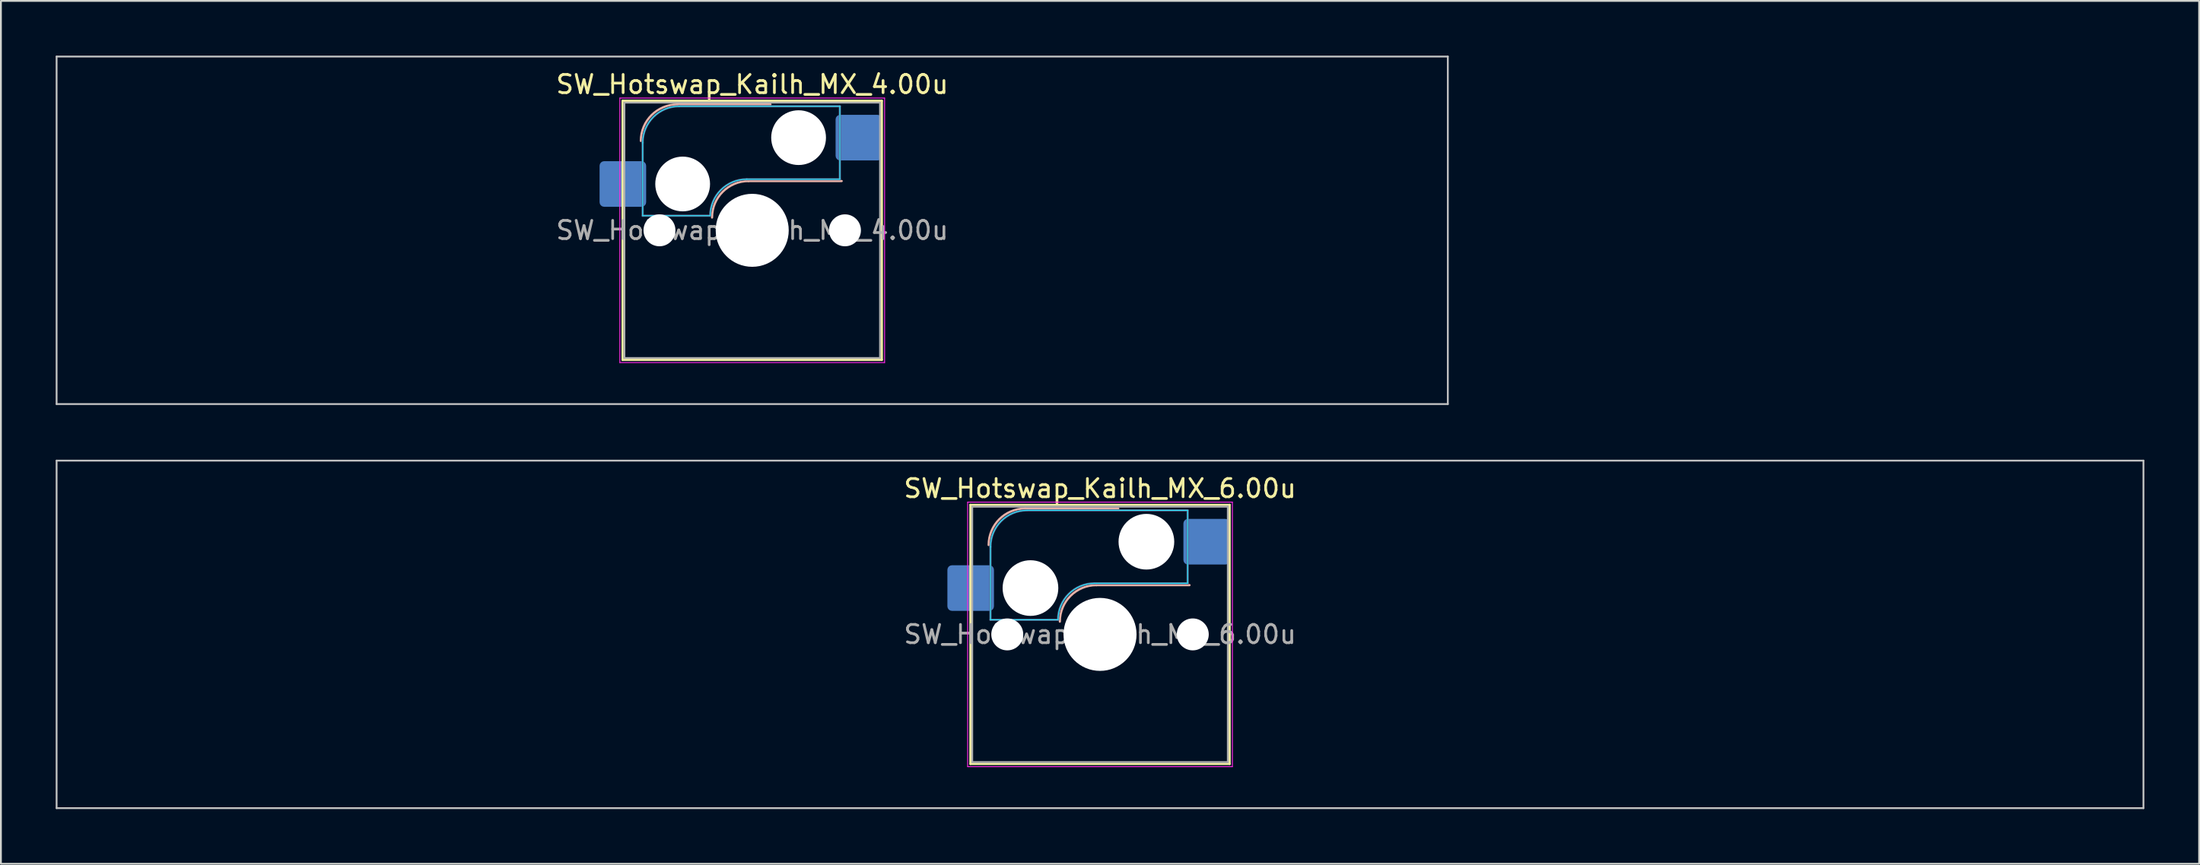
<source format=kicad_pcb>
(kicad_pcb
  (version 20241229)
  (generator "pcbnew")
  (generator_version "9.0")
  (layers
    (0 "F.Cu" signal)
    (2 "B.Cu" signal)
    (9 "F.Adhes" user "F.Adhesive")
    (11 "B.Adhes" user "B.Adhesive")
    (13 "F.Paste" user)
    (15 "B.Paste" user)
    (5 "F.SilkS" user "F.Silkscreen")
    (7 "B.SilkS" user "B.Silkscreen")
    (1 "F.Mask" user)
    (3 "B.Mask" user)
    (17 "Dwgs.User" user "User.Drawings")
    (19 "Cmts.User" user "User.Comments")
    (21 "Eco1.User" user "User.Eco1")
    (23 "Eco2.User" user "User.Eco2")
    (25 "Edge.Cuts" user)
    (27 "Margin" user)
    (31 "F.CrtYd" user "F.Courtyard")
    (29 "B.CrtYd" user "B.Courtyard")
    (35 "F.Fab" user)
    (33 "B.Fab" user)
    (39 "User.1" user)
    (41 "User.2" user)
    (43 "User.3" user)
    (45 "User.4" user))
  (footprint "SW_Hotswap_Kailh_MX_6.00u"
    (layer "F.Cu")
    (at 57.2 31.725)
    (property "Reference" "SW_Hotswap_Kailh_MX_6.00u" (at 0 -8 0) (layer "F.SilkS") (effects (font (size 1 1) (thickness 0.15))))
    (attr smd)
    (fp_line (start -7.1 -7.1) (end -7.1 7.1) (stroke (width 0.12) (type solid)) (layer "F.SilkS"))
    (fp_line (start -7.1 7.1) (end 7.1 7.1) (stroke (width 0.12) (type solid)) (layer "F.SilkS"))
    (fp_line (start 7.1 -7.1) (end -7.1 -7.1) (stroke (width 0.12) (type solid)) (layer "F.SilkS"))
    (fp_line (start 7.1 7.1) (end 7.1 -7.1) (stroke (width 0.12) (type solid)) (layer "F.SilkS"))
    (fp_line (start -4.1 -6.9) (end 1 -6.9) (stroke (width 0.12) (type solid)) (layer "B.SilkS"))
    (fp_line (start -0.2 -2.7) (end 4.9 -2.7) (stroke (width 0.12) (type solid)) (layer "B.SilkS"))
    (fp_arc (start -6.1 -4.9) (mid -5.514214 -6.314214) (end -4.1 -6.9) (stroke (width 0.12) (type solid)) (layer "B.SilkS"))
    (fp_arc (start -2.2 -0.7) (mid -1.614214 -2.114214) (end -0.2 -2.7) (stroke (width 0.12) (type solid)) (layer "B.SilkS"))
    (fp_line (start -57.15 -9.525) (end -57.15 9.525) (stroke (width 0.1) (type solid)) (layer "Dwgs.User"))
    (fp_line (start -57.15 9.525) (end 57.15 9.525) (stroke (width 0.1) (type solid)) (layer "Dwgs.User"))
    (fp_line (start 57.15 -9.525) (end -57.15 -9.525) (stroke (width 0.1) (type solid)) (layer "Dwgs.User"))
    (fp_line (start 57.15 9.525) (end 57.15 -9.525) (stroke (width 0.1) (type solid)) (layer "Dwgs.User"))
    (fp_line (start -7.8 -6) (end -7 -6) (stroke (width 0.1) (type solid)) (layer "Eco1.User"))
    (fp_line (start -7.8 -2.9) (end -7.8 -6) (stroke (width 0.1) (type solid)) (layer "Eco1.User"))
    (fp_line (start -7.8 2.9) (end -7 2.9) (stroke (width 0.1) (type solid)) (layer "Eco1.User"))
    (fp_line (start -7.8 6) (end -7.8 2.9) (stroke (width 0.1) (type solid)) (layer "Eco1.User"))
    (fp_line (start -7 -7) (end 7 -7) (stroke (width 0.1) (type solid)) (layer "Eco1.User"))
    (fp_line (start -7 -6) (end -7 -7) (stroke (width 0.1) (type solid)) (layer "Eco1.User"))
    (fp_line (start -7 -2.9) (end -7.8 -2.9) (stroke (width 0.1) (type solid)) (layer "Eco1.User"))
    (fp_line (start -7 2.9) (end -7 -2.9) (stroke (width 0.1) (type solid)) (layer "Eco1.User"))
    (fp_line (start -7 6) (end -7.8 6) (stroke (width 0.1) (type solid)) (layer "Eco1.User"))
    (fp_line (start -7 7) (end -7 6) (stroke (width 0.1) (type solid)) (layer "Eco1.User"))
    (fp_line (start 7 -7) (end 7 -6) (stroke (width 0.1) (type solid)) (layer "Eco1.User"))
    (fp_line (start 7 -6) (end 7.8 -6) (stroke (width 0.1) (type solid)) (layer "Eco1.User"))
    (fp_line (start 7 -2.9) (end 7 2.9) (stroke (width 0.1) (type solid)) (layer "Eco1.User"))
    (fp_line (start 7 2.9) (end 7.8 2.9) (stroke (width 0.1) (type solid)) (layer "Eco1.User"))
    (fp_line (start 7 6) (end 7 7) (stroke (width 0.1) (type solid)) (layer "Eco1.User"))
    (fp_line (start 7 7) (end -7 7) (stroke (width 0.1) (type solid)) (layer "Eco1.User"))
    (fp_line (start 7.8 -6) (end 7.8 -2.9) (stroke (width 0.1) (type solid)) (layer "Eco1.User"))
    (fp_line (start 7.8 -2.9) (end 7 -2.9) (stroke (width 0.1) (type solid)) (layer "Eco1.User"))
    (fp_line (start 7.8 2.9) (end 7.8 6) (stroke (width 0.1) (type solid)) (layer "Eco1.User"))
    (fp_line (start 7.8 6) (end 7 6) (stroke (width 0.1) (type solid)) (layer "Eco1.User"))
    (fp_line (start -6 -0.8) (end -6 -4.8) (stroke (width 0.05) (type solid)) (layer "B.CrtYd"))
    (fp_line (start -6 -0.8) (end -2.3 -0.8) (stroke (width 0.05) (type solid)) (layer "B.CrtYd"))
    (fp_line (start -4 -6.8) (end 4.8 -6.8) (stroke (width 0.05) (type solid)) (layer "B.CrtYd"))
    (fp_line (start -0.3 -2.8) (end 4.8 -2.8) (stroke (width 0.05) (type solid)) (layer "B.CrtYd"))
    (fp_line (start 4.8 -6.8) (end 4.8 -2.8) (stroke (width 0.05) (type solid)) (layer "B.CrtYd"))
    (fp_arc (start -6 -4.8) (mid -5.414214 -6.214214) (end -4 -6.8) (stroke (width 0.05) (type solid)) (layer "B.CrtYd"))
    (fp_arc (start -2.3 -0.8) (mid -1.714214 -2.214214) (end -0.3 -2.8) (stroke (width 0.05) (type solid)) (layer "B.CrtYd"))
    (fp_line (start -7.25 -7.25) (end -7.25 7.25) (stroke (width 0.05) (type solid)) (layer "F.CrtYd"))
    (fp_line (start -7.25 7.25) (end 7.25 7.25) (stroke (width 0.05) (type solid)) (layer "F.CrtYd"))
    (fp_line (start 7.25 -7.25) (end -7.25 -7.25) (stroke (width 0.05) (type solid)) (layer "F.CrtYd"))
    (fp_line (start 7.25 7.25) (end 7.25 -7.25) (stroke (width 0.05) (type solid)) (layer "F.CrtYd"))
    (fp_line (start -6 -0.8) (end -6 -4.8) (stroke (width 0.12) (type solid)) (layer "B.Fab"))
    (fp_line (start -6 -0.8) (end -2.3 -0.8) (stroke (width 0.12) (type solid)) (layer "B.Fab"))
    (fp_line (start -4 -6.8) (end 4.8 -6.8) (stroke (width 0.12) (type solid)) (layer "B.Fab"))
    (fp_line (start -0.3 -2.8) (end 4.8 -2.8) (stroke (width 0.12) (type solid)) (layer "B.Fab"))
    (fp_line (start 4.8 -6.8) (end 4.8 -2.8) (stroke (width 0.12) (type solid)) (layer "B.Fab"))
    (fp_arc (start -6 -4.8) (mid -5.414214 -6.214214) (end -4 -6.8) (stroke (width 0.12) (type solid)) (layer "B.Fab"))
    (fp_arc (start -2.3 -0.8) (mid -1.714214 -2.214214) (end -0.3 -2.8) (stroke (width 0.12) (type solid)) (layer "B.Fab"))
    (fp_line (start -7 -7) (end -7 7) (stroke (width 0.1) (type solid)) (layer "F.Fab"))
    (fp_line (start -7 7) (end 7 7) (stroke (width 0.1) (type solid)) (layer "F.Fab"))
    (fp_line (start 7 -7) (end -7 -7) (stroke (width 0.1) (type solid)) (layer "F.Fab"))
    (fp_line (start 7 7) (end 7 -7) (stroke (width 0.1) (type solid)) (layer "F.Fab"))
    (fp_text user "${REFERENCE}" (at 0 0 0) (layer "F.Fab") (effects (font (size 1 1) (thickness 0.15))))
    (pad "" np_thru_hole circle (at -5.08 0) (size 1.75 1.75) (drill 1.75) (layers "*.Cu" "*.Mask"))
    (pad "" np_thru_hole circle (at -3.81 -2.54) (size 3.05 3.05) (drill 3.05) (layers "*.Cu" "*.Mask"))
    (pad "" np_thru_hole circle (at 0 0) (size 4 4) (drill 4) (layers "*.Cu" "*.Mask"))
    (pad "" np_thru_hole circle (at 2.54 -5.08) (size 3.05 3.05) (drill 3.05) (layers "*.Cu" "*.Mask"))
    (pad "" np_thru_hole circle (at 5.08 0) (size 1.75 1.75) (drill 1.75) (layers "*.Cu" "*.Mask"))
    (pad "1" smd roundrect (at -7.085 -2.54) (size 2.55 2.5) (layers "B.Cu" "B.Mask" "B.Paste") (roundrect_rratio 0.1))
    (pad "2" smd roundrect (at 5.842 -5.08) (size 2.55 2.5) (layers "B.Cu" "B.Mask" "B.Paste") (roundrect_rratio 0.1)))
  (footprint "SW_Hotswap_Kailh_MX_4.00u"
    (layer "F.Cu")
    (at 38.15 9.575)
    (property "Reference" "SW_Hotswap_Kailh_MX_4.00u" (at 0 -8 0) (layer "F.SilkS") (effects (font (size 1 1) (thickness 0.15))))
    (attr smd)
    (fp_line (start -7.1 -7.1) (end -7.1 7.1) (stroke (width 0.12) (type solid)) (layer "F.SilkS"))
    (fp_line (start -7.1 7.1) (end 7.1 7.1) (stroke (width 0.12) (type solid)) (layer "F.SilkS"))
    (fp_line (start 7.1 -7.1) (end -7.1 -7.1) (stroke (width 0.12) (type solid)) (layer "F.SilkS"))
    (fp_line (start 7.1 7.1) (end 7.1 -7.1) (stroke (width 0.12) (type solid)) (layer "F.SilkS"))
    (fp_line (start -4.1 -6.9) (end 1 -6.9) (stroke (width 0.12) (type solid)) (layer "B.SilkS"))
    (fp_line (start -0.2 -2.7) (end 4.9 -2.7) (stroke (width 0.12) (type solid)) (layer "B.SilkS"))
    (fp_arc (start -6.1 -4.9) (mid -5.514214 -6.314214) (end -4.1 -6.9) (stroke (width 0.12) (type solid)) (layer "B.SilkS"))
    (fp_arc (start -2.2 -0.7) (mid -1.614214 -2.114214) (end -0.2 -2.7) (stroke (width 0.12) (type solid)) (layer "B.SilkS"))
    (fp_line (start -38.1 -9.525) (end -38.1 9.525) (stroke (width 0.1) (type solid)) (layer "Dwgs.User"))
    (fp_line (start -38.1 9.525) (end 38.1 9.525) (stroke (width 0.1) (type solid)) (layer "Dwgs.User"))
    (fp_line (start 38.1 -9.525) (end -38.1 -9.525) (stroke (width 0.1) (type solid)) (layer "Dwgs.User"))
    (fp_line (start 38.1 9.525) (end 38.1 -9.525) (stroke (width 0.1) (type solid)) (layer "Dwgs.User"))
    (fp_line (start -7.8 -6) (end -7 -6) (stroke (width 0.1) (type solid)) (layer "Eco1.User"))
    (fp_line (start -7.8 -2.9) (end -7.8 -6) (stroke (width 0.1) (type solid)) (layer "Eco1.User"))
    (fp_line (start -7.8 2.9) (end -7 2.9) (stroke (width 0.1) (type solid)) (layer "Eco1.User"))
    (fp_line (start -7.8 6) (end -7.8 2.9) (stroke (width 0.1) (type solid)) (layer "Eco1.User"))
    (fp_line (start -7 -7) (end 7 -7) (stroke (width 0.1) (type solid)) (layer "Eco1.User"))
    (fp_line (start -7 -6) (end -7 -7) (stroke (width 0.1) (type solid)) (layer "Eco1.User"))
    (fp_line (start -7 -2.9) (end -7.8 -2.9) (stroke (width 0.1) (type solid)) (layer "Eco1.User"))
    (fp_line (start -7 2.9) (end -7 -2.9) (stroke (width 0.1) (type solid)) (layer "Eco1.User"))
    (fp_line (start -7 6) (end -7.8 6) (stroke (width 0.1) (type solid)) (layer "Eco1.User"))
    (fp_line (start -7 7) (end -7 6) (stroke (width 0.1) (type solid)) (layer "Eco1.User"))
    (fp_line (start 7 -7) (end 7 -6) (stroke (width 0.1) (type solid)) (layer "Eco1.User"))
    (fp_line (start 7 -6) (end 7.8 -6) (stroke (width 0.1) (type solid)) (layer "Eco1.User"))
    (fp_line (start 7 -2.9) (end 7 2.9) (stroke (width 0.1) (type solid)) (layer "Eco1.User"))
    (fp_line (start 7 2.9) (end 7.8 2.9) (stroke (width 0.1) (type solid)) (layer "Eco1.User"))
    (fp_line (start 7 6) (end 7 7) (stroke (width 0.1) (type solid)) (layer "Eco1.User"))
    (fp_line (start 7 7) (end -7 7) (stroke (width 0.1) (type solid)) (layer "Eco1.User"))
    (fp_line (start 7.8 -6) (end 7.8 -2.9) (stroke (width 0.1) (type solid)) (layer "Eco1.User"))
    (fp_line (start 7.8 -2.9) (end 7 -2.9) (stroke (width 0.1) (type solid)) (layer "Eco1.User"))
    (fp_line (start 7.8 2.9) (end 7.8 6) (stroke (width 0.1) (type solid)) (layer "Eco1.User"))
    (fp_line (start 7.8 6) (end 7 6) (stroke (width 0.1) (type solid)) (layer "Eco1.User"))
    (fp_line (start -6 -0.8) (end -6 -4.8) (stroke (width 0.05) (type solid)) (layer "B.CrtYd"))
    (fp_line (start -6 -0.8) (end -2.3 -0.8) (stroke (width 0.05) (type solid)) (layer "B.CrtYd"))
    (fp_line (start -4 -6.8) (end 4.8 -6.8) (stroke (width 0.05) (type solid)) (layer "B.CrtYd"))
    (fp_line (start -0.3 -2.8) (end 4.8 -2.8) (stroke (width 0.05) (type solid)) (layer "B.CrtYd"))
    (fp_line (start 4.8 -6.8) (end 4.8 -2.8) (stroke (width 0.05) (type solid)) (layer "B.CrtYd"))
    (fp_arc (start -6 -4.8) (mid -5.414214 -6.214214) (end -4 -6.8) (stroke (width 0.05) (type solid)) (layer "B.CrtYd"))
    (fp_arc (start -2.3 -0.8) (mid -1.714214 -2.214214) (end -0.3 -2.8) (stroke (width 0.05) (type solid)) (layer "B.CrtYd"))
    (fp_line (start -7.25 -7.25) (end -7.25 7.25) (stroke (width 0.05) (type solid)) (layer "F.CrtYd"))
    (fp_line (start -7.25 7.25) (end 7.25 7.25) (stroke (width 0.05) (type solid)) (layer "F.CrtYd"))
    (fp_line (start 7.25 -7.25) (end -7.25 -7.25) (stroke (width 0.05) (type solid)) (layer "F.CrtYd"))
    (fp_line (start 7.25 7.25) (end 7.25 -7.25) (stroke (width 0.05) (type solid)) (layer "F.CrtYd"))
    (fp_line (start -6 -0.8) (end -6 -4.8) (stroke (width 0.12) (type solid)) (layer "B.Fab"))
    (fp_line (start -6 -0.8) (end -2.3 -0.8) (stroke (width 0.12) (type solid)) (layer "B.Fab"))
    (fp_line (start -4 -6.8) (end 4.8 -6.8) (stroke (width 0.12) (type solid)) (layer "B.Fab"))
    (fp_line (start -0.3 -2.8) (end 4.8 -2.8) (stroke (width 0.12) (type solid)) (layer "B.Fab"))
    (fp_line (start 4.8 -6.8) (end 4.8 -2.8) (stroke (width 0.12) (type solid)) (layer "B.Fab"))
    (fp_arc (start -6 -4.8) (mid -5.414214 -6.214214) (end -4 -6.8) (stroke (width 0.12) (type solid)) (layer "B.Fab"))
    (fp_arc (start -2.3 -0.8) (mid -1.714214 -2.214214) (end -0.3 -2.8) (stroke (width 0.12) (type solid)) (layer "B.Fab"))
    (fp_line (start -7 -7) (end -7 7) (stroke (width 0.1) (type solid)) (layer "F.Fab"))
    (fp_line (start -7 7) (end 7 7) (stroke (width 0.1) (type solid)) (layer "F.Fab"))
    (fp_line (start 7 -7) (end -7 -7) (stroke (width 0.1) (type solid)) (layer "F.Fab"))
    (fp_line (start 7 7) (end 7 -7) (stroke (width 0.1) (type solid)) (layer "F.Fab"))
    (fp_text user "${REFERENCE}" (at 0 0 0) (layer "F.Fab") (effects (font (size 1 1) (thickness 0.15))))
    (pad "" np_thru_hole circle (at -5.08 0) (size 1.75 1.75) (drill 1.75) (layers "*.Cu" "*.Mask"))
    (pad "" np_thru_hole circle (at -3.81 -2.54) (size 3 3) (drill 3) (layers "*.Cu" "*.Mask"))
    (pad "" np_thru_hole circle (at 0 0) (size 4 4) (drill 4) (layers "*.Cu" "*.Mask"))
    (pad "" np_thru_hole circle (at 2.54 -5.08) (size 3 3) (drill 3) (layers "*.Cu" "*.Mask"))
    (pad "" np_thru_hole circle (at 5.08 0) (size 1.75 1.75) (drill 1.75) (layers "*.Cu" "*.Mask"))
    (pad "1" smd roundrect (at -7.085 -2.54) (size 2.55 2.5) (layers "B.Cu" "B.Mask" "B.Paste") (roundrect_rratio 0.1))
    (pad "2" smd roundrect (at 5.842 -5.08) (size 2.55 2.5) (layers "B.Cu" "B.Mask" "B.Paste") (roundrect_rratio 0.1)))
  (gr_rect
    (start -3 -3)
    (end 117.4 44.3)
    (stroke (width 0.1) (type default))
    (fill no)
    (layer "Edge.Cuts")))
</source>
